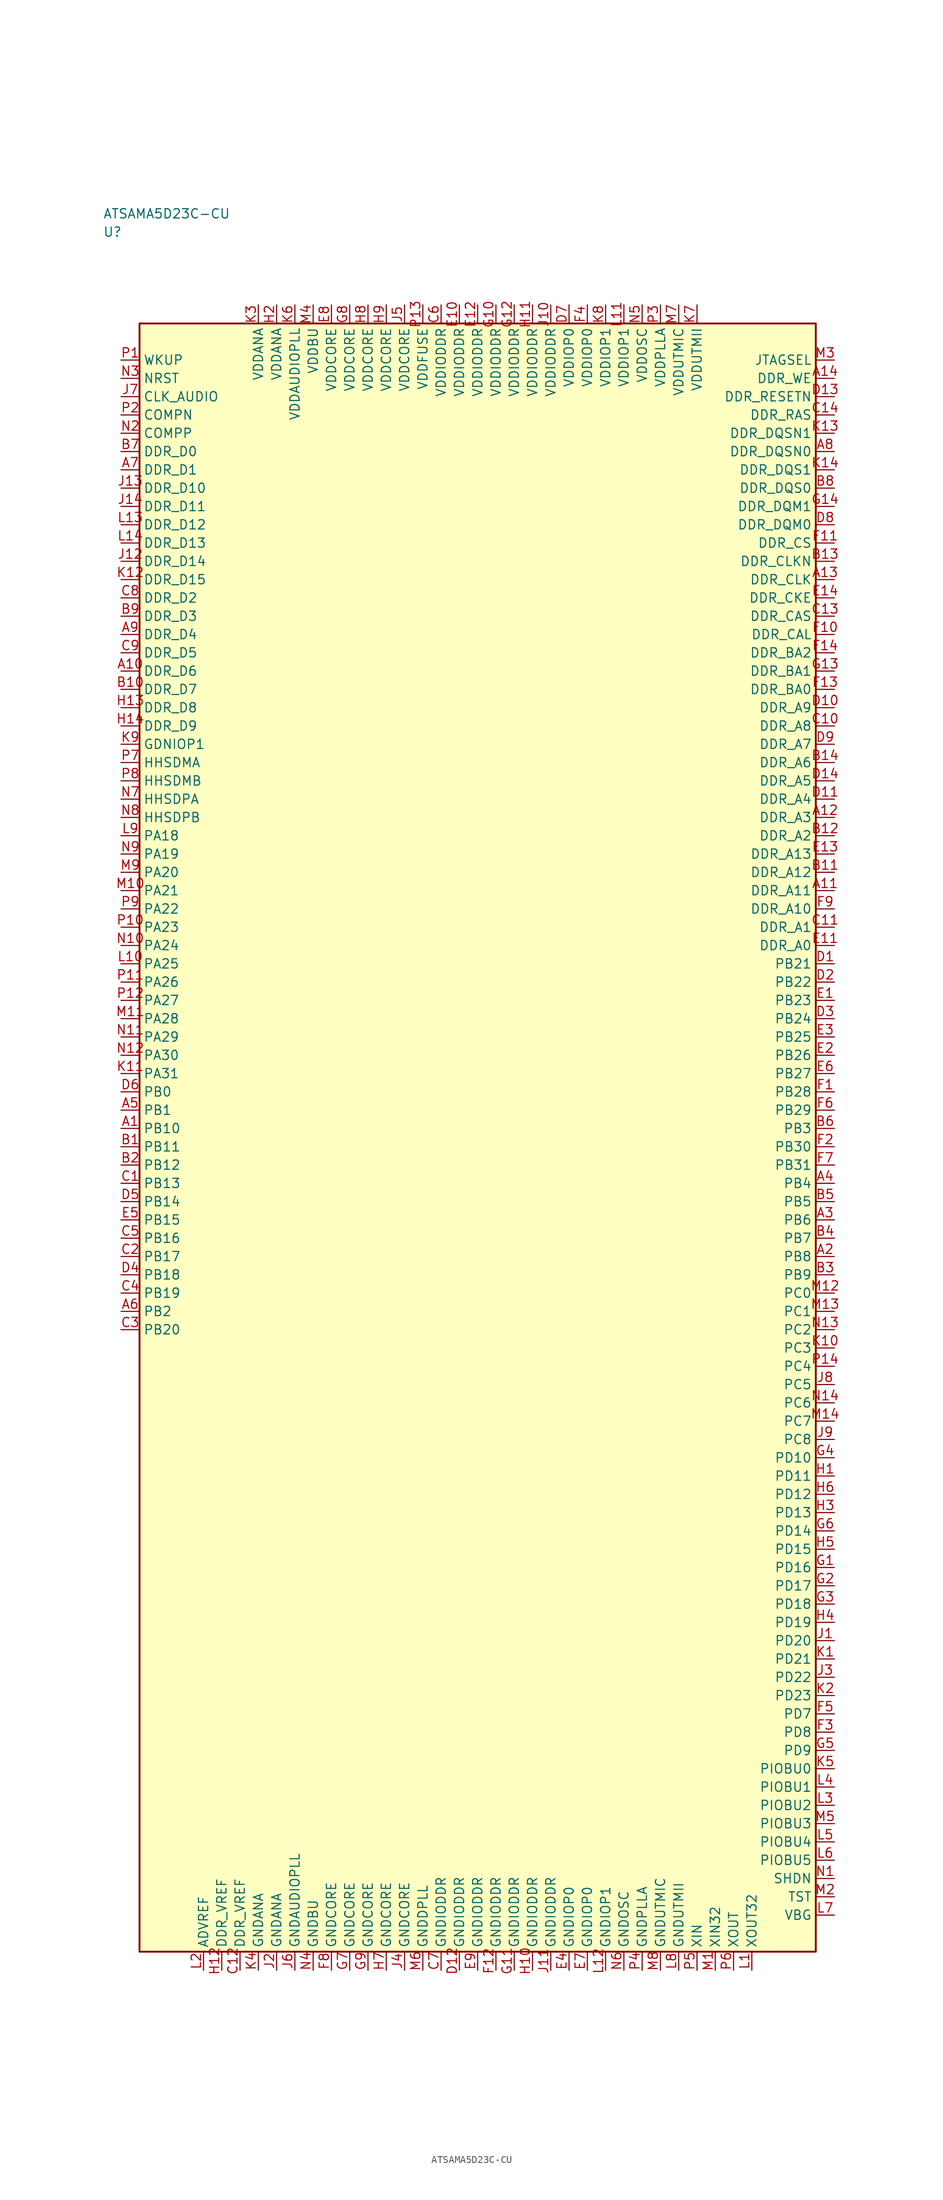
<source format=kicad_sym>
(kicad_symbol_lib
  (version 20241025)
  (generator "kicad_symbol_editor")
  (generator_version "8.0")
  (symbol "ATSAMA5D23C-CU"
    (property "Reference" "U"
      (at -51.25 123.75 0)
      (effects (font (size 1.27 1.27)) (justify left)))
    (property "Value" "ATSAMA5D23C-CU"
      (at -51.25 126.25 0)
      (effects (font (size 1.27 1.27)) (justify left)))
    (symbol "ATSAMA5D23C-CU_0_1"
      (rectangle (start -46.25 111.25) (end 46.25 -111.25) (stroke (width 0.254) (type default)) (fill (type background))))
    (symbol "ATSAMA5D23C-CU_1_1"
      (pin bidirectional line (at -48.79 41.25 0.0) (length 2.54) (name "PA18" (effects (font (size 1.27 1.27)))) (number "L9" (effects (font (size 1.27 1.27)))))
      (pin bidirectional line (at -48.79 38.75 0.0) (length 2.54) (name "PA19" (effects (font (size 1.27 1.27)))) (number "N9" (effects (font (size 1.27 1.27)))))
      (pin bidirectional line (at -48.79 36.25 0.0) (length 2.54) (name "PA20" (effects (font (size 1.27 1.27)))) (number "M9" (effects (font (size 1.27 1.27)))))
      (pin bidirectional line (at -48.79 33.75 0.0) (length 2.54) (name "PA21" (effects (font (size 1.27 1.27)))) (number "M10" (effects (font (size 1.27 1.27)))))
      (pin bidirectional line (at -48.79 31.25 0.0) (length 2.54) (name "PA22" (effects (font (size 1.27 1.27)))) (number "P9" (effects (font (size 1.27 1.27)))))
      (pin bidirectional line (at -48.79 28.75 0.0) (length 2.54) (name "PA23" (effects (font (size 1.27 1.27)))) (number "P10" (effects (font (size 1.27 1.27)))))
      (pin bidirectional line (at -48.79 26.25 0.0) (length 2.54) (name "PA24" (effects (font (size 1.27 1.27)))) (number "N10" (effects (font (size 1.27 1.27)))))
      (pin bidirectional line (at -48.79 23.75 0.0) (length 2.54) (name "PA25" (effects (font (size 1.27 1.27)))) (number "L10" (effects (font (size 1.27 1.27)))))
      (pin bidirectional line (at -48.79 21.25 0.0) (length 2.54) (name "PA26" (effects (font (size 1.27 1.27)))) (number "P11" (effects (font (size 1.27 1.27)))))
      (pin bidirectional line (at -48.79 18.75 0.0) (length 2.54) (name "PA27" (effects (font (size 1.27 1.27)))) (number "P12" (effects (font (size 1.27 1.27)))))
      (pin bidirectional line (at -48.79 16.25 0.0) (length 2.54) (name "PA28" (effects (font (size 1.27 1.27)))) (number "M11" (effects (font (size 1.27 1.27)))))
      (pin bidirectional line (at -48.79 13.75 0.0) (length 2.54) (name "PA29" (effects (font (size 1.27 1.27)))) (number "N11" (effects (font (size 1.27 1.27)))))
      (pin bidirectional line (at -48.79 11.25 0.0) (length 2.54) (name "PA30" (effects (font (size 1.27 1.27)))) (number "N12" (effects (font (size 1.27 1.27)))))
      (pin bidirectional line (at 48.79 -21.25 180.0) (length 2.54) (name "PC0" (effects (font (size 1.27 1.27)))) (number "M12" (effects (font (size 1.27 1.27)))))
      (pin bidirectional line (at -48.79 -23.75 0.0) (length 2.54) (name "PB2" (effects (font (size 1.27 1.27)))) (number "A6" (effects (font (size 1.27 1.27)))))
      (pin bidirectional line (at -48.79 3.75 0.0) (length 2.54) (name "PB1" (effects (font (size 1.27 1.27)))) (number "A5" (effects (font (size 1.27 1.27)))))
      (pin bidirectional line (at 48.79 1.25 180.0) (length 2.54) (name "PB3" (effects (font (size 1.27 1.27)))) (number "B6" (effects (font (size 1.27 1.27)))))
      (pin bidirectional line (at 48.79 -8.75 180.0) (length 2.54) (name "PB5" (effects (font (size 1.27 1.27)))) (number "B5" (effects (font (size 1.27 1.27)))))
      (pin bidirectional line (at 48.79 -6.25 180.0) (length 2.54) (name "PB4" (effects (font (size 1.27 1.27)))) (number "A4" (effects (font (size 1.27 1.27)))))
      (pin bidirectional line (at -48.79 6.25 0.0) (length 2.54) (name "PB0" (effects (font (size 1.27 1.27)))) (number "D6" (effects (font (size 1.27 1.27)))))
      (pin bidirectional line (at 48.79 -11.25 180.0) (length 2.54) (name "PB6" (effects (font (size 1.27 1.27)))) (number "A3" (effects (font (size 1.27 1.27)))))
      (pin bidirectional line (at 48.79 -13.75 180.0) (length 2.54) (name "PB7" (effects (font (size 1.27 1.27)))) (number "B4" (effects (font (size 1.27 1.27)))))
      (pin bidirectional line (at 48.79 -16.25 180.0) (length 2.54) (name "PB8" (effects (font (size 1.27 1.27)))) (number "A2" (effects (font (size 1.27 1.27)))))
      (pin bidirectional line (at 48.79 -18.75 180.0) (length 2.54) (name "PB9" (effects (font (size 1.27 1.27)))) (number "B3" (effects (font (size 1.27 1.27)))))
      (pin bidirectional line (at -48.79 1.25 0.0) (length 2.54) (name "PB10" (effects (font (size 1.27 1.27)))) (number "A1" (effects (font (size 1.27 1.27)))))
      (pin bidirectional line (at -48.79 -1.25 0.0) (length 2.54) (name "PB11" (effects (font (size 1.27 1.27)))) (number "B1" (effects (font (size 1.27 1.27)))))
      (pin bidirectional line (at -48.79 -3.75 0.0) (length 2.54) (name "PB12" (effects (font (size 1.27 1.27)))) (number "B2" (effects (font (size 1.27 1.27)))))
      (pin bidirectional line (at -48.79 -6.25 0.0) (length 2.54) (name "PB13" (effects (font (size 1.27 1.27)))) (number "C1" (effects (font (size 1.27 1.27)))))
      (pin bidirectional line (at -48.79 -8.75 0.0) (length 2.54) (name "PB14" (effects (font (size 1.27 1.27)))) (number "D5" (effects (font (size 1.27 1.27)))))
      (pin bidirectional line (at -48.79 -11.25 0.0) (length 2.54) (name "PB15" (effects (font (size 1.27 1.27)))) (number "E5" (effects (font (size 1.27 1.27)))))
      (pin bidirectional line (at -48.79 -13.75 0.0) (length 2.54) (name "PB16" (effects (font (size 1.27 1.27)))) (number "C5" (effects (font (size 1.27 1.27)))))
      (pin bidirectional line (at -48.79 -16.25 0.0) (length 2.54) (name "PB17" (effects (font (size 1.27 1.27)))) (number "C2" (effects (font (size 1.27 1.27)))))
      (pin bidirectional line (at -48.79 -18.75 0.0) (length 2.54) (name "PB18" (effects (font (size 1.27 1.27)))) (number "D4" (effects (font (size 1.27 1.27)))))
      (pin bidirectional line (at -48.79 -21.25 0.0) (length 2.54) (name "PB19" (effects (font (size 1.27 1.27)))) (number "C4" (effects (font (size 1.27 1.27)))))
      (pin bidirectional line (at -48.79 -26.25 0.0) (length 2.54) (name "PB20" (effects (font (size 1.27 1.27)))) (number "C3" (effects (font (size 1.27 1.27)))))
      (pin bidirectional line (at 48.79 23.75 180.0) (length 2.54) (name "PB21" (effects (font (size 1.27 1.27)))) (number "D1" (effects (font (size 1.27 1.27)))))
      (pin bidirectional line (at 48.79 21.25 180.0) (length 2.54) (name "PB22" (effects (font (size 1.27 1.27)))) (number "D2" (effects (font (size 1.27 1.27)))))
      (pin bidirectional line (at 48.79 18.75 180.0) (length 2.54) (name "PB23" (effects (font (size 1.27 1.27)))) (number "E1" (effects (font (size 1.27 1.27)))))
      (pin bidirectional line (at 48.79 16.25 180.0) (length 2.54) (name "PB24" (effects (font (size 1.27 1.27)))) (number "D3" (effects (font (size 1.27 1.27)))))
      (pin bidirectional line (at 48.79 13.75 180.0) (length 2.54) (name "PB25" (effects (font (size 1.27 1.27)))) (number "E3" (effects (font (size 1.27 1.27)))))
      (pin bidirectional line (at 48.79 11.25 180.0) (length 2.54) (name "PB26" (effects (font (size 1.27 1.27)))) (number "E2" (effects (font (size 1.27 1.27)))))
      (pin bidirectional line (at 48.79 8.75 180.0) (length 2.54) (name "PB27" (effects (font (size 1.27 1.27)))) (number "E6" (effects (font (size 1.27 1.27)))))
      (pin bidirectional line (at 48.79 6.25 180.0) (length 2.54) (name "PB28" (effects (font (size 1.27 1.27)))) (number "F1" (effects (font (size 1.27 1.27)))))
      (pin bidirectional line (at 48.79 3.75 180.0) (length 2.54) (name "PB29" (effects (font (size 1.27 1.27)))) (number "F6" (effects (font (size 1.27 1.27)))))
      (pin bidirectional line (at 48.79 -1.25 180.0) (length 2.54) (name "PB30" (effects (font (size 1.27 1.27)))) (number "F2" (effects (font (size 1.27 1.27)))))
      (pin bidirectional line (at 48.79 -3.75 180.0) (length 2.54) (name "PB31" (effects (font (size 1.27 1.27)))) (number "F7" (effects (font (size 1.27 1.27)))))
      (pin bidirectional line (at 48.79 -23.75 180.0) (length 2.54) (name "PC1" (effects (font (size 1.27 1.27)))) (number "M13" (effects (font (size 1.27 1.27)))))
      (pin power_in line (at -7.5 113.79 270.0) (length 2.54) (name "VDDFUSE" (effects (font (size 1.27 1.27)))) (number "P13" (effects (font (size 1.27 1.27)))))
      (pin bidirectional line (at 48.79 -26.25 180.0) (length 2.54) (name "PC2" (effects (font (size 1.27 1.27)))) (number "N13" (effects (font (size 1.27 1.27)))))
      (pin bidirectional line (at 48.79 -28.75 180.0) (length 2.54) (name "PC3" (effects (font (size 1.27 1.27)))) (number "K10" (effects (font (size 1.27 1.27)))))
      (pin bidirectional line (at 48.79 -31.25 180.0) (length 2.54) (name "PC4" (effects (font (size 1.27 1.27)))) (number "P14" (effects (font (size 1.27 1.27)))))
      (pin bidirectional line (at 48.79 -33.75 180.0) (length 2.54) (name "PC5" (effects (font (size 1.27 1.27)))) (number "J8" (effects (font (size 1.27 1.27)))))
      (pin bidirectional line (at 48.79 -36.25 180.0) (length 2.54) (name "PC6" (effects (font (size 1.27 1.27)))) (number "N14" (effects (font (size 1.27 1.27)))))
      (pin bidirectional line (at 48.79 -38.75 180.0) (length 2.54) (name "PC7" (effects (font (size 1.27 1.27)))) (number "M14" (effects (font (size 1.27 1.27)))))
      (pin bidirectional line (at 48.79 -41.25 180.0) (length 2.54) (name "PC8" (effects (font (size 1.27 1.27)))) (number "J9" (effects (font (size 1.27 1.27)))))
      (pin bidirectional line (at 48.79 -78.75 180.0) (length 2.54) (name "PD7" (effects (font (size 1.27 1.27)))) (number "F5" (effects (font (size 1.27 1.27)))))
      (pin bidirectional line (at 48.79 -81.25 180.0) (length 2.54) (name "PD8" (effects (font (size 1.27 1.27)))) (number "F3" (effects (font (size 1.27 1.27)))))
      (pin bidirectional line (at 48.79 -83.75 180.0) (length 2.54) (name "PD9" (effects (font (size 1.27 1.27)))) (number "G5" (effects (font (size 1.27 1.27)))))
      (pin bidirectional line (at 48.79 -43.75 180.0) (length 2.54) (name "PD10" (effects (font (size 1.27 1.27)))) (number "G4" (effects (font (size 1.27 1.27)))))
      (pin bidirectional line (at 48.79 -46.25 180.0) (length 2.54) (name "PD11" (effects (font (size 1.27 1.27)))) (number "H1" (effects (font (size 1.27 1.27)))))
      (pin bidirectional line (at 48.79 -48.75 180.0) (length 2.54) (name "PD12" (effects (font (size 1.27 1.27)))) (number "H6" (effects (font (size 1.27 1.27)))))
      (pin bidirectional line (at 48.79 -51.25 180.0) (length 2.54) (name "PD13" (effects (font (size 1.27 1.27)))) (number "H3" (effects (font (size 1.27 1.27)))))
      (pin bidirectional line (at 48.79 -53.75 180.0) (length 2.54) (name "PD14" (effects (font (size 1.27 1.27)))) (number "G6" (effects (font (size 1.27 1.27)))))
      (pin bidirectional line (at 48.79 -56.25 180.0) (length 2.54) (name "PD15" (effects (font (size 1.27 1.27)))) (number "H5" (effects (font (size 1.27 1.27)))))
      (pin bidirectional line (at 48.79 -58.75 180.0) (length 2.54) (name "PD16" (effects (font (size 1.27 1.27)))) (number "G1" (effects (font (size 1.27 1.27)))))
      (pin bidirectional line (at 48.79 -61.25 180.0) (length 2.54) (name "PD17" (effects (font (size 1.27 1.27)))) (number "G2" (effects (font (size 1.27 1.27)))))
      (pin bidirectional line (at 48.79 -63.75 180.0) (length 2.54) (name "PD18" (effects (font (size 1.27 1.27)))) (number "G3" (effects (font (size 1.27 1.27)))))
      (pin bidirectional line (at 48.79 -66.25 180.0) (length 2.54) (name "PD19" (effects (font (size 1.27 1.27)))) (number "H4" (effects (font (size 1.27 1.27)))))
      (pin bidirectional line (at 48.79 -68.75 180.0) (length 2.54) (name "PD20" (effects (font (size 1.27 1.27)))) (number "J1" (effects (font (size 1.27 1.27)))))
      (pin bidirectional line (at 48.79 -71.25 180.0) (length 2.54) (name "PD21" (effects (font (size 1.27 1.27)))) (number "K1" (effects (font (size 1.27 1.27)))))
      (pin bidirectional line (at 48.79 -73.75 180.0) (length 2.54) (name "PD22" (effects (font (size 1.27 1.27)))) (number "J3" (effects (font (size 1.27 1.27)))))
      (pin bidirectional line (at 48.79 -76.25 180.0) (length 2.54) (name "PD23" (effects (font (size 1.27 1.27)))) (number "K2" (effects (font (size 1.27 1.27)))))
      (pin power_in line (at -30.0 113.79 270.0) (length 2.54) (name "VDDANA" (effects (font (size 1.27 1.27)))) (number "K3" (effects (font (size 1.27 1.27)))))
      (pin passive line (at -30.0 -113.79 90.0) (length 2.54) (name "GNDANA" (effects (font (size 1.27 1.27)))) (number "K4" (effects (font (size 1.27 1.27)))))
      (pin passive line (at -37.5 -113.79 90.0) (length 2.54) (name "ADVREF" (effects (font (size 1.27 1.27)))) (number "L2" (effects (font (size 1.27 1.27)))))
      (pin power_in line (at -27.5 113.79 270.0) (length 2.54) (name "VDDANA" (effects (font (size 1.27 1.27)))) (number "H2" (effects (font (size 1.27 1.27)))))
      (pin passive line (at -27.5 -113.79 90.0) (length 2.54) (name "GNDANA" (effects (font (size 1.27 1.27)))) (number "J2" (effects (font (size 1.27 1.27)))))
      (pin passive line (at -35.0 -113.79 90.0) (length 2.54) (name "DDR_VREF" (effects (font (size 1.27 1.27)))) (number "H12" (effects (font (size 1.27 1.27)))))
      (pin passive line (at -32.5 -113.79 90.0) (length 2.54) (name "DDR_VREF" (effects (font (size 1.27 1.27)))) (number "C12" (effects (font (size 1.27 1.27)))))
      (pin bidirectional line (at -48.79 93.75 0.0) (length 2.54) (name "DDR_D0" (effects (font (size 1.27 1.27)))) (number "B7" (effects (font (size 1.27 1.27)))))
      (pin bidirectional line (at -48.79 91.25 0.0) (length 2.54) (name "DDR_D1" (effects (font (size 1.27 1.27)))) (number "A7" (effects (font (size 1.27 1.27)))))
      (pin bidirectional line (at -48.79 73.75 0.0) (length 2.54) (name "DDR_D2" (effects (font (size 1.27 1.27)))) (number "C8" (effects (font (size 1.27 1.27)))))
      (pin bidirectional line (at -48.79 71.25 0.0) (length 2.54) (name "DDR_D3" (effects (font (size 1.27 1.27)))) (number "B9" (effects (font (size 1.27 1.27)))))
      (pin bidirectional line (at -48.79 68.75 0.0) (length 2.54) (name "DDR_D4" (effects (font (size 1.27 1.27)))) (number "A9" (effects (font (size 1.27 1.27)))))
      (pin bidirectional line (at -48.79 66.25 0.0) (length 2.54) (name "DDR_D5" (effects (font (size 1.27 1.27)))) (number "C9" (effects (font (size 1.27 1.27)))))
      (pin bidirectional line (at -48.79 63.75 0.0) (length 2.54) (name "DDR_D6" (effects (font (size 1.27 1.27)))) (number "A10" (effects (font (size 1.27 1.27)))))
      (pin bidirectional line (at -48.79 61.25 0.0) (length 2.54) (name "DDR_D7" (effects (font (size 1.27 1.27)))) (number "B10" (effects (font (size 1.27 1.27)))))
      (pin bidirectional line (at -48.79 58.75 0.0) (length 2.54) (name "DDR_D8" (effects (font (size 1.27 1.27)))) (number "H13" (effects (font (size 1.27 1.27)))))
      (pin bidirectional line (at -48.79 56.25 0.0) (length 2.54) (name "DDR_D9" (effects (font (size 1.27 1.27)))) (number "H14" (effects (font (size 1.27 1.27)))))
      (pin bidirectional line (at -48.79 88.75 0.0) (length 2.54) (name "DDR_D10" (effects (font (size 1.27 1.27)))) (number "J13" (effects (font (size 1.27 1.27)))))
      (pin bidirectional line (at -48.79 86.25 0.0) (length 2.54) (name "DDR_D11" (effects (font (size 1.27 1.27)))) (number "J14" (effects (font (size 1.27 1.27)))))
      (pin bidirectional line (at -48.79 83.75 0.0) (length 2.54) (name "DDR_D12" (effects (font (size 1.27 1.27)))) (number "L13" (effects (font (size 1.27 1.27)))))
      (pin bidirectional line (at -48.79 81.25 0.0) (length 2.54) (name "DDR_D13" (effects (font (size 1.27 1.27)))) (number "L14" (effects (font (size 1.27 1.27)))))
      (pin bidirectional line (at -48.79 78.75 0.0) (length 2.54) (name "DDR_D14" (effects (font (size 1.27 1.27)))) (number "J12" (effects (font (size 1.27 1.27)))))
      (pin bidirectional line (at -48.79 76.25 0.0) (length 2.54) (name "DDR_D15" (effects (font (size 1.27 1.27)))) (number "K12" (effects (font (size 1.27 1.27)))))
      (pin output line (at 48.79 26.25 180.0) (length 2.54) (name "DDR_A0" (effects (font (size 1.27 1.27)))) (number "E11" (effects (font (size 1.27 1.27)))))
      (pin output line (at 48.79 28.75 180.0) (length 2.54) (name "DDR_A1" (effects (font (size 1.27 1.27)))) (number "C11" (effects (font (size 1.27 1.27)))))
      (pin output line (at 48.79 41.25 180.0) (length 2.54) (name "DDR_A2" (effects (font (size 1.27 1.27)))) (number "B12" (effects (font (size 1.27 1.27)))))
      (pin output line (at 48.79 43.75 180.0) (length 2.54) (name "DDR_A3" (effects (font (size 1.27 1.27)))) (number "A12" (effects (font (size 1.27 1.27)))))
      (pin output line (at 48.79 46.25 180.0) (length 2.54) (name "DDR_A4" (effects (font (size 1.27 1.27)))) (number "D11" (effects (font (size 1.27 1.27)))))
      (pin output line (at 48.79 48.75 180.0) (length 2.54) (name "DDR_A5" (effects (font (size 1.27 1.27)))) (number "D14" (effects (font (size 1.27 1.27)))))
      (pin output line (at 48.79 51.25 180.0) (length 2.54) (name "DDR_A6" (effects (font (size 1.27 1.27)))) (number "B14" (effects (font (size 1.27 1.27)))))
      (pin output line (at 48.79 53.75 180.0) (length 2.54) (name "DDR_A7" (effects (font (size 1.27 1.27)))) (number "D9" (effects (font (size 1.27 1.27)))))
      (pin output line (at 48.79 56.25 180.0) (length 2.54) (name "DDR_A8" (effects (font (size 1.27 1.27)))) (number "C10" (effects (font (size 1.27 1.27)))))
      (pin output line (at 48.79 58.75 180.0) (length 2.54) (name "DDR_A9" (effects (font (size 1.27 1.27)))) (number "D10" (effects (font (size 1.27 1.27)))))
      (pin output line (at 48.79 31.25 180.0) (length 2.54) (name "DDR_A10" (effects (font (size 1.27 1.27)))) (number "F9" (effects (font (size 1.27 1.27)))))
      (pin output line (at 48.79 33.75 180.0) (length 2.54) (name "DDR_A11" (effects (font (size 1.27 1.27)))) (number "A11" (effects (font (size 1.27 1.27)))))
      (pin output line (at 48.79 36.25 180.0) (length 2.54) (name "DDR_A12" (effects (font (size 1.27 1.27)))) (number "B11" (effects (font (size 1.27 1.27)))))
      (pin output line (at 48.79 38.75 180.0) (length 2.54) (name "DDR_A13" (effects (font (size 1.27 1.27)))) (number "E13" (effects (font (size 1.27 1.27)))))
      (pin output line (at 48.79 76.25 180.0) (length 2.54) (name "DDR_CLK" (effects (font (size 1.27 1.27)))) (number "A13" (effects (font (size 1.27 1.27)))))
      (pin output line (at 48.79 78.75 180.0) (length 2.54) (name "DDR_CLKN" (effects (font (size 1.27 1.27)))) (number "B13" (effects (font (size 1.27 1.27)))))
      (pin output line (at 48.79 73.75 180.0) (length 2.54) (name "DDR_CKE" (effects (font (size 1.27 1.27)))) (number "E14" (effects (font (size 1.27 1.27)))))
      (pin output line (at 48.79 101.25 180.0) (length 2.54) (name "DDR_RESETN" (effects (font (size 1.27 1.27)))) (number "D13" (effects (font (size 1.27 1.27)))))
      (pin output line (at 48.79 81.25 180.0) (length 2.54) (name "DDR_CS" (effects (font (size 1.27 1.27)))) (number "F11" (effects (font (size 1.27 1.27)))))
      (pin output line (at 48.79 103.75 180.0) (length 2.54) (name "DDR_WE" (effects (font (size 1.27 1.27)))) (number "A14" (effects (font (size 1.27 1.27)))))
      (pin output line (at 48.79 98.75 180.0) (length 2.54) (name "DDR_RAS" (effects (font (size 1.27 1.27)))) (number "C14" (effects (font (size 1.27 1.27)))))
      (pin output line (at 48.79 71.25 180.0) (length 2.54) (name "DDR_CAS" (effects (font (size 1.27 1.27)))) (number "C13" (effects (font (size 1.27 1.27)))))
      (pin output line (at 48.79 83.75 180.0) (length 2.54) (name "DDR_DQM0" (effects (font (size 1.27 1.27)))) (number "D8" (effects (font (size 1.27 1.27)))))
      (pin output line (at 48.79 86.25 180.0) (length 2.54) (name "DDR_DQM1" (effects (font (size 1.27 1.27)))) (number "G14" (effects (font (size 1.27 1.27)))))
      (pin output line (at 48.79 88.75 180.0) (length 2.54) (name "DDR_DQS0" (effects (font (size 1.27 1.27)))) (number "B8" (effects (font (size 1.27 1.27)))))
      (pin output line (at 48.79 91.25 180.0) (length 2.54) (name "DDR_DQS1" (effects (font (size 1.27 1.27)))) (number "K14" (effects (font (size 1.27 1.27)))))
      (pin output line (at 48.79 93.75 180.0) (length 2.54) (name "DDR_DQSN0" (effects (font (size 1.27 1.27)))) (number "A8" (effects (font (size 1.27 1.27)))))
      (pin output line (at 48.79 96.25 180.0) (length 2.54) (name "DDR_DQSN1" (effects (font (size 1.27 1.27)))) (number "K13" (effects (font (size 1.27 1.27)))))
      (pin output line (at 48.79 61.25 180.0) (length 2.54) (name "DDR_BA0" (effects (font (size 1.27 1.27)))) (number "F13" (effects (font (size 1.27 1.27)))))
      (pin output line (at 48.79 63.75 180.0) (length 2.54) (name "DDR_BA1" (effects (font (size 1.27 1.27)))) (number "G13" (effects (font (size 1.27 1.27)))))
      (pin output line (at 48.79 66.25 180.0) (length 2.54) (name "DDR_BA2" (effects (font (size 1.27 1.27)))) (number "F14" (effects (font (size 1.27 1.27)))))
      (pin output line (at 48.79 68.75 180.0) (length 2.54) (name "DDR_CAL" (effects (font (size 1.27 1.27)))) (number "F10" (effects (font (size 1.27 1.27)))))
      (pin power_in line (at -5.0 113.79 270.0) (length 2.54) (name "VDDIODDR" (effects (font (size 1.27 1.27)))) (number "C6" (effects (font (size 1.27 1.27)))))
      (pin power_in line (at -2.5 113.79 270.0) (length 2.54) (name "VDDIODDR" (effects (font (size 1.27 1.27)))) (number "E10" (effects (font (size 1.27 1.27)))))
      (pin power_in line (at 0.0 113.79 270.0) (length 2.54) (name "VDDIODDR" (effects (font (size 1.27 1.27)))) (number "E12" (effects (font (size 1.27 1.27)))))
      (pin power_in line (at 2.5 113.79 270.0) (length 2.54) (name "VDDIODDR" (effects (font (size 1.27 1.27)))) (number "G10" (effects (font (size 1.27 1.27)))))
      (pin power_in line (at 5.0 113.79 270.0) (length 2.54) (name "VDDIODDR" (effects (font (size 1.27 1.27)))) (number "G12" (effects (font (size 1.27 1.27)))))
      (pin power_in line (at 7.5 113.79 270.0) (length 2.54) (name "VDDIODDR" (effects (font (size 1.27 1.27)))) (number "H11" (effects (font (size 1.27 1.27)))))
      (pin power_in line (at 10.0 113.79 270.0) (length 2.54) (name "VDDIODDR" (effects (font (size 1.27 1.27)))) (number "J10" (effects (font (size 1.27 1.27)))))
      (pin passive line (at -5.0 -113.79 90.0) (length 2.54) (name "GNDIODDR" (effects (font (size 1.27 1.27)))) (number "C7" (effects (font (size 1.27 1.27)))))
      (pin passive line (at -2.5 -113.79 90.0) (length 2.54) (name "GNDIODDR" (effects (font (size 1.27 1.27)))) (number "D12" (effects (font (size 1.27 1.27)))))
      (pin passive line (at 0.0 -113.79 90.0) (length 2.54) (name "GNDIODDR" (effects (font (size 1.27 1.27)))) (number "E9" (effects (font (size 1.27 1.27)))))
      (pin passive line (at 2.5 -113.79 90.0) (length 2.54) (name "GNDIODDR" (effects (font (size 1.27 1.27)))) (number "F12" (effects (font (size 1.27 1.27)))))
      (pin passive line (at 5.0 -113.79 90.0) (length 2.54) (name "GNDIODDR" (effects (font (size 1.27 1.27)))) (number "G11" (effects (font (size 1.27 1.27)))))
      (pin passive line (at 7.5 -113.79 90.0) (length 2.54) (name "GNDIODDR" (effects (font (size 1.27 1.27)))) (number "H10" (effects (font (size 1.27 1.27)))))
      (pin passive line (at 10.0 -113.79 90.0) (length 2.54) (name "GNDIODDR" (effects (font (size 1.27 1.27)))) (number "J11" (effects (font (size 1.27 1.27)))))
      (pin power_in line (at -20.0 113.79 270.0) (length 2.54) (name "VDDCORE" (effects (font (size 1.27 1.27)))) (number "E8" (effects (font (size 1.27 1.27)))))
      (pin power_in line (at -17.5 113.79 270.0) (length 2.54) (name "VDDCORE" (effects (font (size 1.27 1.27)))) (number "G8" (effects (font (size 1.27 1.27)))))
      (pin power_in line (at -15.0 113.79 270.0) (length 2.54) (name "VDDCORE" (effects (font (size 1.27 1.27)))) (number "H8" (effects (font (size 1.27 1.27)))))
      (pin power_in line (at -12.5 113.79 270.0) (length 2.54) (name "VDDCORE" (effects (font (size 1.27 1.27)))) (number "H9" (effects (font (size 1.27 1.27)))))
      (pin power_in line (at -10.0 113.79 270.0) (length 2.54) (name "VDDCORE" (effects (font (size 1.27 1.27)))) (number "J5" (effects (font (size 1.27 1.27)))))
      (pin passive line (at -20.0 -113.79 90.0) (length 2.54) (name "GNDCORE" (effects (font (size 1.27 1.27)))) (number "F8" (effects (font (size 1.27 1.27)))))
      (pin passive line (at -17.5 -113.79 90.0) (length 2.54) (name "GNDCORE" (effects (font (size 1.27 1.27)))) (number "G7" (effects (font (size 1.27 1.27)))))
      (pin passive line (at -15.0 -113.79 90.0) (length 2.54) (name "GNDCORE" (effects (font (size 1.27 1.27)))) (number "G9" (effects (font (size 1.27 1.27)))))
      (pin passive line (at -12.5 -113.79 90.0) (length 2.54) (name "GNDCORE" (effects (font (size 1.27 1.27)))) (number "H7" (effects (font (size 1.27 1.27)))))
      (pin passive line (at -10.0 -113.79 90.0) (length 2.54) (name "GNDCORE" (effects (font (size 1.27 1.27)))) (number "J4" (effects (font (size 1.27 1.27)))))
      (pin power_in line (at 12.5 113.79 270.0) (length 2.54) (name "VDDIOP0" (effects (font (size 1.27 1.27)))) (number "D7" (effects (font (size 1.27 1.27)))))
      (pin power_in line (at 15.0 113.79 270.0) (length 2.54) (name "VDDIOP0" (effects (font (size 1.27 1.27)))) (number "F4" (effects (font (size 1.27 1.27)))))
      (pin passive line (at 12.5 -113.79 90.0) (length 2.54) (name "GNDIOP0" (effects (font (size 1.27 1.27)))) (number "E4" (effects (font (size 1.27 1.27)))))
      (pin passive line (at 15.0 -113.79 90.0) (length 2.54) (name "GNDIOP0" (effects (font (size 1.27 1.27)))) (number "E7" (effects (font (size 1.27 1.27)))))
      (pin power_in line (at 17.5 113.79 270.0) (length 2.54) (name "VDDIOP1" (effects (font (size 1.27 1.27)))) (number "K8" (effects (font (size 1.27 1.27)))))
      (pin power_in line (at 20.0 113.79 270.0) (length 2.54) (name "VDDIOP1" (effects (font (size 1.27 1.27)))) (number "L11" (effects (font (size 1.27 1.27)))))
      (pin bidirectional line (at -48.79 53.75 0.0) (length 2.54) (name "GDNIOP1" (effects (font (size 1.27 1.27)))) (number "K9" (effects (font (size 1.27 1.27)))))
      (pin passive line (at 17.5 -113.79 90.0) (length 2.54) (name "GNDIOP1" (effects (font (size 1.27 1.27)))) (number "L12" (effects (font (size 1.27 1.27)))))
      (pin bidirectional line (at -48.79 8.75 0.0) (length 2.54) (name "PA31" (effects (font (size 1.27 1.27)))) (number "K11" (effects (font (size 1.27 1.27)))))
      (pin power_in line (at 25.0 113.79 270.0) (length 2.54) (name "VDDPLLA" (effects (font (size 1.27 1.27)))) (number "P3" (effects (font (size 1.27 1.27)))))
      (pin passive line (at 22.5 -113.79 90.0) (length 2.54) (name "GNDPLLA" (effects (font (size 1.27 1.27)))) (number "P4" (effects (font (size 1.27 1.27)))))
      (pin power_in line (at -25.0 113.79 270.0) (length 2.54) (name "VDDAUDIOPLL" (effects (font (size 1.27 1.27)))) (number "K6" (effects (font (size 1.27 1.27)))))
      (pin bidirectional line (at 48.79 -98.75 180.0) (length 2.54) (name "PIOBU5" (effects (font (size 1.27 1.27)))) (number "L6" (effects (font (size 1.27 1.27)))))
      (pin passive line (at -25.0 -113.79 90.0) (length 2.54) (name "GNDAUDIOPLL" (effects (font (size 1.27 1.27)))) (number "J6" (effects (font (size 1.27 1.27)))))
      (pin bidirectional line (at -48.79 101.25 0.0) (length 2.54) (name "CLK_AUDIO" (effects (font (size 1.27 1.27)))) (number "J7" (effects (font (size 1.27 1.27)))))
      (pin passive line (at 30.0 -113.79 90.0) (length 2.54) (name "XIN" (effects (font (size 1.27 1.27)))) (number "P5" (effects (font (size 1.27 1.27)))))
      (pin passive line (at 35.0 -113.79 90.0) (length 2.54) (name "XOUT" (effects (font (size 1.27 1.27)))) (number "P6" (effects (font (size 1.27 1.27)))))
      (pin power_in line (at 22.5 113.79 270.0) (length 2.54) (name "VDDOSC" (effects (font (size 1.27 1.27)))) (number "N5" (effects (font (size 1.27 1.27)))))
      (pin passive line (at 20.0 -113.79 90.0) (length 2.54) (name "GNDOSC" (effects (font (size 1.27 1.27)))) (number "N6" (effects (font (size 1.27 1.27)))))
      (pin power_in line (at 30.0 113.79 270.0) (length 2.54) (name "VDDUTMII" (effects (font (size 1.27 1.27)))) (number "K7" (effects (font (size 1.27 1.27)))))
      (pin passive line (at 27.5 -113.79 90.0) (length 2.54) (name "GNDUTMII" (effects (font (size 1.27 1.27)))) (number "L8" (effects (font (size 1.27 1.27)))))
      (pin bidirectional line (at -48.79 46.25 0.0) (length 2.54) (name "HHSDPA" (effects (font (size 1.27 1.27)))) (number "N7" (effects (font (size 1.27 1.27)))))
      (pin bidirectional line (at -48.79 51.25 0.0) (length 2.54) (name "HHSDMA" (effects (font (size 1.27 1.27)))) (number "P7" (effects (font (size 1.27 1.27)))))
      (pin bidirectional line (at -48.79 43.75 0.0) (length 2.54) (name "HHSDPB" (effects (font (size 1.27 1.27)))) (number "N8" (effects (font (size 1.27 1.27)))))
      (pin bidirectional line (at -48.79 48.75 0.0) (length 2.54) (name "HHSDMB" (effects (font (size 1.27 1.27)))) (number "P8" (effects (font (size 1.27 1.27)))))
      (pin power_in line (at 27.5 113.79 270.0) (length 2.54) (name "VDDUTMIC" (effects (font (size 1.27 1.27)))) (number "M7" (effects (font (size 1.27 1.27)))))
      (pin passive line (at 25.0 -113.79 90.0) (length 2.54) (name "GNDUTMIC" (effects (font (size 1.27 1.27)))) (number "M8" (effects (font (size 1.27 1.27)))))
      (pin bidirectional line (at 48.79 -106.25 180.0) (length 2.54) (name "VBG" (effects (font (size 1.27 1.27)))) (number "L7" (effects (font (size 1.27 1.27)))))
      (pin bidirectional line (at 48.79 -103.75 180.0) (length 2.54) (name "TST" (effects (font (size 1.27 1.27)))) (number "M2" (effects (font (size 1.27 1.27)))))
      (pin input line (at -48.79 103.75 0.0) (length 2.54) (name "NRST" (effects (font (size 1.27 1.27)))) (number "N3" (effects (font (size 1.27 1.27)))))
      (pin bidirectional line (at 48.79 -88.75 180.0) (length 2.54) (name "PIOBU1" (effects (font (size 1.27 1.27)))) (number "L4" (effects (font (size 1.27 1.27)))))
      (pin input line (at -48.79 106.25 0.0) (length 2.54) (name "WKUP" (effects (font (size 1.27 1.27)))) (number "P1" (effects (font (size 1.27 1.27)))))
      (pin bidirectional line (at 48.79 -101.25 180.0) (length 2.54) (name "SHDN" (effects (font (size 1.27 1.27)))) (number "N1" (effects (font (size 1.27 1.27)))))
      (pin bidirectional line (at 48.79 -86.25 180.0) (length 2.54) (name "PIOBU0" (effects (font (size 1.27 1.27)))) (number "K5" (effects (font (size 1.27 1.27)))))
      (pin bidirectional line (at 48.79 -91.25 180.0) (length 2.54) (name "PIOBU2" (effects (font (size 1.27 1.27)))) (number "L3" (effects (font (size 1.27 1.27)))))
      (pin output line (at 48.79 106.25 180.0) (length 2.54) (name "JTAGSEL" (effects (font (size 1.27 1.27)))) (number "M3" (effects (font (size 1.27 1.27)))))
      (pin passive line (at -22.5 -113.79 90.0) (length 2.54) (name "GNDBU" (effects (font (size 1.27 1.27)))) (number "N4" (effects (font (size 1.27 1.27)))))
      (pin bidirectional line (at 48.79 -96.25 180.0) (length 2.54) (name "PIOBU4" (effects (font (size 1.27 1.27)))) (number "L5" (effects (font (size 1.27 1.27)))))
      (pin passive line (at -7.5 -113.79 90.0) (length 2.54) (name "GNDDPLL" (effects (font (size 1.27 1.27)))) (number "M6" (effects (font (size 1.27 1.27)))))
      (pin power_in line (at -22.5 113.79 270.0) (length 2.54) (name "VDDBU" (effects (font (size 1.27 1.27)))) (number "M4" (effects (font (size 1.27 1.27)))))
      (pin bidirectional line (at 48.79 -93.75 180.0) (length 2.54) (name "PIOBU3" (effects (font (size 1.27 1.27)))) (number "M5" (effects (font (size 1.27 1.27)))))
      (pin passive line (at 32.5 -113.79 90.0) (length 2.54) (name "XIN32" (effects (font (size 1.27 1.27)))) (number "M1" (effects (font (size 1.27 1.27)))))
      (pin passive line (at 37.5 -113.79 90.0) (length 2.54) (name "XOUT32" (effects (font (size 1.27 1.27)))) (number "L1" (effects (font (size 1.27 1.27)))))
      (pin bidirectional line (at -48.79 96.25 0.0) (length 2.54) (name "COMPP" (effects (font (size 1.27 1.27)))) (number "N2" (effects (font (size 1.27 1.27)))))
      (pin bidirectional line (at -48.79 98.75 0.0) (length 2.54) (name "COMPN" (effects (font (size 1.27 1.27)))) (number "P2" (effects (font (size 1.27 1.27))))))))
</source>
